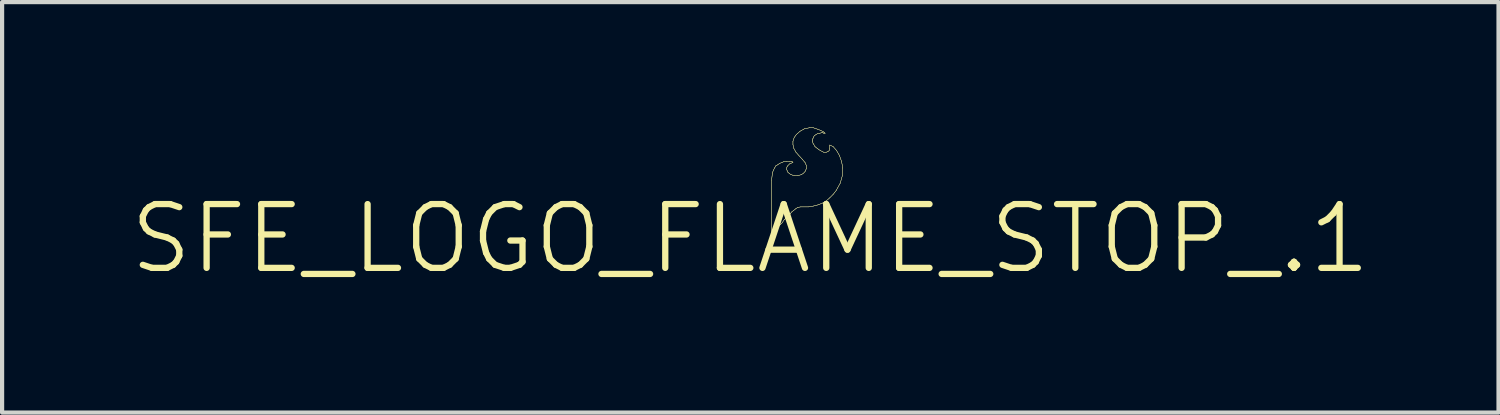
<source format=kicad_pcb>
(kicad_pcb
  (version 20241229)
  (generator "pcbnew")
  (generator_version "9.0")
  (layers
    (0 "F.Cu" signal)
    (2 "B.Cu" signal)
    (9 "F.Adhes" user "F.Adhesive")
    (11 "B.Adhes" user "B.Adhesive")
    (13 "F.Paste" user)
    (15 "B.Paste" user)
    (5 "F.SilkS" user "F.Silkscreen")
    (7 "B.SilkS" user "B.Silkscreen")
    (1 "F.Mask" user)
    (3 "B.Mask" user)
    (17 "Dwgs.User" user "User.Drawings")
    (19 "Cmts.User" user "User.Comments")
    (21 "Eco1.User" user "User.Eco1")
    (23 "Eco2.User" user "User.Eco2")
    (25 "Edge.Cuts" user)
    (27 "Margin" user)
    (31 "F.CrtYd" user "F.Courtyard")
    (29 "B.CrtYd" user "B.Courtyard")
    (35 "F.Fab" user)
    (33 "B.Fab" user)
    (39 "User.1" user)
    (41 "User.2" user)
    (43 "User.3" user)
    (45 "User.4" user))
  (footprint "SFE_LOGO_FLAME_STOP_.1"
    (layer "F.Cu")
    (at 14.877 2.653)
    (property "Reference" "SFE_LOGO_FLAME_STOP_.1" (at 0 0 0) (layer "F.SilkS") (effects (font (size 1.524 1.524) (thickness 0.15))))
    (attr exclude_from_pos_files exclude_from_bom)
    (fp_line (start 0.508 -1.389) (end 0.508 -0.109) (stroke (width 0.008) (type solid)) (layer "F.SilkS"))
    (fp_line (start 0.508 -1.389) (end 0.508 -0.109) (stroke (width 0.008) (type solid)) (layer "F.SilkS"))
    (fp_line (start 0.508 -0.109) (end 0.518 -0.109) (stroke (width 0.008) (type solid)) (layer "F.SilkS"))
    (fp_line (start 0.508 -0.109) (end 0.518 -0.109) (stroke (width 0.008) (type solid)) (layer "F.SilkS"))
    (fp_line (start 0.518 -0.109) (end 0.538 -0.14) (stroke (width 0.008) (type solid)) (layer "F.SilkS"))
    (fp_line (start 0.518 -0.109) (end 0.538 -0.14) (stroke (width 0.008) (type solid)) (layer "F.SilkS"))
    (fp_line (start 0.528 -1.57) (end 0.508 -1.389) (stroke (width 0.008) (type solid)) (layer "F.SilkS"))
    (fp_line (start 0.528 -1.57) (end 0.508 -1.389) (stroke (width 0.008) (type solid)) (layer "F.SilkS"))
    (fp_line (start 0.538 -0.14) (end 0.569 -0.168) (stroke (width 0.008) (type solid)) (layer "F.SilkS"))
    (fp_line (start 0.538 -0.14) (end 0.569 -0.168) (stroke (width 0.008) (type solid)) (layer "F.SilkS"))
    (fp_line (start 0.549 -1.628) (end 0.528 -1.57) (stroke (width 0.008) (type solid)) (layer "F.SilkS"))
    (fp_line (start 0.549 -1.628) (end 0.528 -1.57) (stroke (width 0.008) (type solid)) (layer "F.SilkS"))
    (fp_line (start 0.569 -0.168) (end 0.599 -0.208) (stroke (width 0.008) (type solid)) (layer "F.SilkS"))
    (fp_line (start 0.569 -0.168) (end 0.599 -0.208) (stroke (width 0.008) (type solid)) (layer "F.SilkS"))
    (fp_line (start 0.579 -1.689) (end 0.549 -1.628) (stroke (width 0.008) (type solid)) (layer "F.SilkS"))
    (fp_line (start 0.579 -1.689) (end 0.549 -1.628) (stroke (width 0.008) (type solid)) (layer "F.SilkS"))
    (fp_line (start 0.599 -0.208) (end 0.648 -0.259) (stroke (width 0.008) (type solid)) (layer "F.SilkS"))
    (fp_line (start 0.599 -0.208) (end 0.648 -0.259) (stroke (width 0.008) (type solid)) (layer "F.SilkS"))
    (fp_line (start 0.61 -1.74) (end 0.579 -1.689) (stroke (width 0.008) (type solid)) (layer "F.SilkS"))
    (fp_line (start 0.61 -1.74) (end 0.579 -1.689) (stroke (width 0.008) (type solid)) (layer "F.SilkS"))
    (fp_line (start 0.648 -0.259) (end 0.699 -0.318) (stroke (width 0.008) (type solid)) (layer "F.SilkS"))
    (fp_line (start 0.648 -0.259) (end 0.699 -0.318) (stroke (width 0.008) (type solid)) (layer "F.SilkS"))
    (fp_line (start 0.658 -1.768) (end 0.61 -1.74) (stroke (width 0.008) (type solid)) (layer "F.SilkS"))
    (fp_line (start 0.658 -1.768) (end 0.61 -1.74) (stroke (width 0.008) (type solid)) (layer "F.SilkS"))
    (fp_line (start 0.699 -1.798) (end 0.658 -1.768) (stroke (width 0.008) (type solid)) (layer "F.SilkS"))
    (fp_line (start 0.699 -1.798) (end 0.658 -1.768) (stroke (width 0.008) (type solid)) (layer "F.SilkS"))
    (fp_line (start 0.699 -0.318) (end 0.759 -0.378) (stroke (width 0.008) (type solid)) (layer "F.SilkS"))
    (fp_line (start 0.699 -0.318) (end 0.759 -0.378) (stroke (width 0.008) (type solid)) (layer "F.SilkS"))
    (fp_line (start 0.759 -0.378) (end 0.808 -0.45) (stroke (width 0.008) (type solid)) (layer "F.SilkS"))
    (fp_line (start 0.759 -0.378) (end 0.808 -0.45) (stroke (width 0.008) (type solid)) (layer "F.SilkS"))
    (fp_line (start 0.798 -1.839) (end 0.699 -1.798) (stroke (width 0.008) (type solid)) (layer "F.SilkS"))
    (fp_line (start 0.798 -1.839) (end 0.699 -1.798) (stroke (width 0.008) (type solid)) (layer "F.SilkS"))
    (fp_line (start 0.808 -0.45) (end 0.94 -0.579) (stroke (width 0.008) (type solid)) (layer "F.SilkS"))
    (fp_line (start 0.808 -0.45) (end 0.94 -0.579) (stroke (width 0.008) (type solid)) (layer "F.SilkS"))
    (fp_line (start 0.859 -1.849) (end 0.798 -1.839) (stroke (width 0.008) (type solid)) (layer "F.SilkS"))
    (fp_line (start 0.859 -1.849) (end 0.798 -1.839) (stroke (width 0.008) (type solid)) (layer "F.SilkS"))
    (fp_line (start 0.869 -1.689) (end 0.879 -1.72) (stroke (width 0.008) (type solid)) (layer "F.SilkS"))
    (fp_line (start 0.869 -1.689) (end 0.879 -1.72) (stroke (width 0.008) (type solid)) (layer "F.SilkS"))
    (fp_line (start 0.869 -1.659) (end 0.869 -1.689) (stroke (width 0.008) (type solid)) (layer "F.SilkS"))
    (fp_line (start 0.869 -1.659) (end 0.869 -1.689) (stroke (width 0.008) (type solid)) (layer "F.SilkS"))
    (fp_line (start 0.879 -1.72) (end 0.899 -1.748) (stroke (width 0.008) (type solid)) (layer "F.SilkS"))
    (fp_line (start 0.879 -1.72) (end 0.899 -1.748) (stroke (width 0.008) (type solid)) (layer "F.SilkS"))
    (fp_line (start 0.879 -1.628) (end 0.869 -1.659) (stroke (width 0.008) (type solid)) (layer "F.SilkS"))
    (fp_line (start 0.879 -1.628) (end 0.869 -1.659) (stroke (width 0.008) (type solid)) (layer "F.SilkS"))
    (fp_line (start 0.899 -1.748) (end 0.94 -1.788) (stroke (width 0.008) (type solid)) (layer "F.SilkS"))
    (fp_line (start 0.899 -1.748) (end 0.94 -1.788) (stroke (width 0.008) (type solid)) (layer "F.SilkS"))
    (fp_line (start 0.899 -1.587) (end 0.879 -1.628) (stroke (width 0.008) (type solid)) (layer "F.SilkS"))
    (fp_line (start 0.899 -1.587) (end 0.879 -1.628) (stroke (width 0.008) (type solid)) (layer "F.SilkS"))
    (fp_line (start 0.93 -1.56) (end 0.899 -1.587) (stroke (width 0.008) (type solid)) (layer "F.SilkS"))
    (fp_line (start 0.93 -1.56) (end 0.899 -1.587) (stroke (width 0.008) (type solid)) (layer "F.SilkS"))
    (fp_line (start 0.94 -1.849) (end 0.859 -1.849) (stroke (width 0.008) (type solid)) (layer "F.SilkS"))
    (fp_line (start 0.94 -1.849) (end 0.859 -1.849) (stroke (width 0.008) (type solid)) (layer "F.SilkS"))
    (fp_line (start 0.94 -1.788) (end 0.968 -1.798) (stroke (width 0.008) (type solid)) (layer "F.SilkS"))
    (fp_line (start 0.94 -1.788) (end 0.968 -1.798) (stroke (width 0.008) (type solid)) (layer "F.SilkS"))
    (fp_line (start 0.94 -0.579) (end 0.988 -0.638) (stroke (width 0.008) (type solid)) (layer "F.SilkS"))
    (fp_line (start 0.94 -0.579) (end 0.988 -0.638) (stroke (width 0.008) (type solid)) (layer "F.SilkS"))
    (fp_line (start 0.958 -1.539) (end 0.93 -1.56) (stroke (width 0.008) (type solid)) (layer "F.SilkS"))
    (fp_line (start 0.958 -1.539) (end 0.93 -1.56) (stroke (width 0.008) (type solid)) (layer "F.SilkS"))
    (fp_line (start 0.968 -1.798) (end 1.008 -1.819) (stroke (width 0.008) (type solid)) (layer "F.SilkS"))
    (fp_line (start 0.968 -1.798) (end 1.008 -1.819) (stroke (width 0.008) (type solid)) (layer "F.SilkS"))
    (fp_line (start 0.978 -1.839) (end 0.94 -1.849) (stroke (width 0.008) (type solid)) (layer "F.SilkS"))
    (fp_line (start 0.978 -1.839) (end 0.94 -1.849) (stroke (width 0.008) (type solid)) (layer "F.SilkS"))
    (fp_line (start 0.988 -0.638) (end 1.09 -0.719) (stroke (width 0.008) (type solid)) (layer "F.SilkS"))
    (fp_line (start 0.988 -0.638) (end 1.09 -0.719) (stroke (width 0.008) (type solid)) (layer "F.SilkS"))
    (fp_line (start 0.998 -1.839) (end 0.978 -1.839) (stroke (width 0.008) (type solid)) (layer "F.SilkS"))
    (fp_line (start 0.998 -1.839) (end 0.978 -1.839) (stroke (width 0.008) (type solid)) (layer "F.SilkS"))
    (fp_line (start 1.008 -1.819) (end 1.019 -1.829) (stroke (width 0.008) (type solid)) (layer "F.SilkS"))
    (fp_line (start 1.008 -1.819) (end 1.019 -1.829) (stroke (width 0.008) (type solid)) (layer "F.SilkS"))
    (fp_line (start 1.008 -1.519) (end 0.958 -1.539) (stroke (width 0.008) (type solid)) (layer "F.SilkS"))
    (fp_line (start 1.008 -1.519) (end 0.958 -1.539) (stroke (width 0.008) (type solid)) (layer "F.SilkS"))
    (fp_line (start 1.019 -2.329) (end 1.019 -2.248) (stroke (width 0.008) (type solid)) (layer "F.SilkS"))
    (fp_line (start 1.019 -2.329) (end 1.019 -2.248) (stroke (width 0.008) (type solid)) (layer "F.SilkS"))
    (fp_line (start 1.019 -2.248) (end 1.039 -2.159) (stroke (width 0.008) (type solid)) (layer "F.SilkS"))
    (fp_line (start 1.019 -2.248) (end 1.039 -2.159) (stroke (width 0.008) (type solid)) (layer "F.SilkS"))
    (fp_line (start 1.019 -1.829) (end 0.998 -1.839) (stroke (width 0.008) (type solid)) (layer "F.SilkS"))
    (fp_line (start 1.019 -1.829) (end 0.998 -1.839) (stroke (width 0.008) (type solid)) (layer "F.SilkS"))
    (fp_line (start 1.039 -2.159) (end 1.09 -2.068) (stroke (width 0.008) (type solid)) (layer "F.SilkS"))
    (fp_line (start 1.039 -2.159) (end 1.09 -2.068) (stroke (width 0.008) (type solid)) (layer "F.SilkS"))
    (fp_line (start 1.049 -2.418) (end 1.019 -2.329) (stroke (width 0.008) (type solid)) (layer "F.SilkS"))
    (fp_line (start 1.049 -2.418) (end 1.019 -2.329) (stroke (width 0.008) (type solid)) (layer "F.SilkS"))
    (fp_line (start 1.059 -1.509) (end 1.008 -1.519) (stroke (width 0.008) (type solid)) (layer "F.SilkS"))
    (fp_line (start 1.059 -1.509) (end 1.008 -1.519) (stroke (width 0.008) (type solid)) (layer "F.SilkS"))
    (fp_line (start 1.09 -2.068) (end 1.158 -1.989) (stroke (width 0.008) (type solid)) (layer "F.SilkS"))
    (fp_line (start 1.09 -2.068) (end 1.158 -1.989) (stroke (width 0.008) (type solid)) (layer "F.SilkS"))
    (fp_line (start 1.09 -0.719) (end 1.138 -0.749) (stroke (width 0.008) (type solid)) (layer "F.SilkS"))
    (fp_line (start 1.09 -0.719) (end 1.138 -0.749) (stroke (width 0.008) (type solid)) (layer "F.SilkS"))
    (fp_line (start 1.1 -2.489) (end 1.049 -2.418) (stroke (width 0.008) (type solid)) (layer "F.SilkS"))
    (fp_line (start 1.1 -2.489) (end 1.049 -2.418) (stroke (width 0.008) (type solid)) (layer "F.SilkS"))
    (fp_line (start 1.138 -1.509) (end 1.059 -1.509) (stroke (width 0.008) (type solid)) (layer "F.SilkS"))
    (fp_line (start 1.138 -1.509) (end 1.059 -1.509) (stroke (width 0.008) (type solid)) (layer "F.SilkS"))
    (fp_line (start 1.138 -0.749) (end 1.199 -0.759) (stroke (width 0.008) (type solid)) (layer "F.SilkS"))
    (fp_line (start 1.138 -0.749) (end 1.199 -0.759) (stroke (width 0.008) (type solid)) (layer "F.SilkS"))
    (fp_line (start 1.158 -1.989) (end 1.24 -1.9) (stroke (width 0.008) (type solid)) (layer "F.SilkS"))
    (fp_line (start 1.158 -1.989) (end 1.24 -1.9) (stroke (width 0.008) (type solid)) (layer "F.SilkS"))
    (fp_line (start 1.189 -2.568) (end 1.1 -2.489) (stroke (width 0.008) (type solid)) (layer "F.SilkS"))
    (fp_line (start 1.189 -2.568) (end 1.1 -2.489) (stroke (width 0.008) (type solid)) (layer "F.SilkS"))
    (fp_line (start 1.199 -0.759) (end 1.389 -0.759) (stroke (width 0.008) (type solid)) (layer "F.SilkS"))
    (fp_line (start 1.199 -0.759) (end 1.389 -0.759) (stroke (width 0.008) (type solid)) (layer "F.SilkS"))
    (fp_line (start 1.219 -1.529) (end 1.138 -1.509) (stroke (width 0.008) (type solid)) (layer "F.SilkS"))
    (fp_line (start 1.219 -1.529) (end 1.138 -1.509) (stroke (width 0.008) (type solid)) (layer "F.SilkS"))
    (fp_line (start 1.24 -1.9) (end 1.308 -1.819) (stroke (width 0.008) (type solid)) (layer "F.SilkS"))
    (fp_line (start 1.24 -1.9) (end 1.308 -1.819) (stroke (width 0.008) (type solid)) (layer "F.SilkS"))
    (fp_line (start 1.278 -1.57) (end 1.219 -1.529) (stroke (width 0.008) (type solid)) (layer "F.SilkS"))
    (fp_line (start 1.278 -1.57) (end 1.219 -1.529) (stroke (width 0.008) (type solid)) (layer "F.SilkS"))
    (fp_line (start 1.298 -2.629) (end 1.189 -2.568) (stroke (width 0.008) (type solid)) (layer "F.SilkS"))
    (fp_line (start 1.298 -2.629) (end 1.189 -2.568) (stroke (width 0.008) (type solid)) (layer "F.SilkS"))
    (fp_line (start 1.308 -1.819) (end 1.339 -1.748) (stroke (width 0.008) (type solid)) (layer "F.SilkS"))
    (fp_line (start 1.308 -1.819) (end 1.339 -1.748) (stroke (width 0.008) (type solid)) (layer "F.SilkS"))
    (fp_line (start 1.318 -1.618) (end 1.278 -1.57) (stroke (width 0.008) (type solid)) (layer "F.SilkS"))
    (fp_line (start 1.318 -1.618) (end 1.278 -1.57) (stroke (width 0.008) (type solid)) (layer "F.SilkS"))
    (fp_line (start 1.339 -1.748) (end 1.339 -1.679) (stroke (width 0.008) (type solid)) (layer "F.SilkS"))
    (fp_line (start 1.339 -1.748) (end 1.339 -1.679) (stroke (width 0.008) (type solid)) (layer "F.SilkS"))
    (fp_line (start 1.339 -1.679) (end 1.318 -1.618) (stroke (width 0.008) (type solid)) (layer "F.SilkS"))
    (fp_line (start 1.339 -1.679) (end 1.318 -1.618) (stroke (width 0.008) (type solid)) (layer "F.SilkS"))
    (fp_line (start 1.389 -0.759) (end 1.509 -0.78) (stroke (width 0.008) (type solid)) (layer "F.SilkS"))
    (fp_line (start 1.389 -0.759) (end 1.509 -0.78) (stroke (width 0.008) (type solid)) (layer "F.SilkS"))
    (fp_line (start 1.41 -2.649) (end 1.298 -2.629) (stroke (width 0.008) (type solid)) (layer "F.SilkS"))
    (fp_line (start 1.41 -2.649) (end 1.298 -2.629) (stroke (width 0.008) (type solid)) (layer "F.SilkS"))
    (fp_line (start 1.478 -2.349) (end 1.488 -2.38) (stroke (width 0.008) (type solid)) (layer "F.SilkS"))
    (fp_line (start 1.478 -2.349) (end 1.488 -2.38) (stroke (width 0.008) (type solid)) (layer "F.SilkS"))
    (fp_line (start 1.488 -2.38) (end 1.499 -2.398) (stroke (width 0.008) (type solid)) (layer "F.SilkS"))
    (fp_line (start 1.488 -2.38) (end 1.499 -2.398) (stroke (width 0.008) (type solid)) (layer "F.SilkS"))
    (fp_line (start 1.488 -2.319) (end 1.478 -2.349) (stroke (width 0.008) (type solid)) (layer "F.SilkS"))
    (fp_line (start 1.488 -2.319) (end 1.478 -2.349) (stroke (width 0.008) (type solid)) (layer "F.SilkS"))
    (fp_line (start 1.499 -2.398) (end 1.509 -2.428) (stroke (width 0.008) (type solid)) (layer "F.SilkS"))
    (fp_line (start 1.499 -2.398) (end 1.509 -2.428) (stroke (width 0.008) (type solid)) (layer "F.SilkS"))
    (fp_line (start 1.499 -2.278) (end 1.488 -2.319) (stroke (width 0.008) (type solid)) (layer "F.SilkS"))
    (fp_line (start 1.499 -2.278) (end 1.488 -2.319) (stroke (width 0.008) (type solid)) (layer "F.SilkS"))
    (fp_line (start 1.509 -2.649) (end 1.41 -2.649) (stroke (width 0.008) (type solid)) (layer "F.SilkS"))
    (fp_line (start 1.509 -2.649) (end 1.41 -2.649) (stroke (width 0.008) (type solid)) (layer "F.SilkS"))
    (fp_line (start 1.509 -2.428) (end 1.529 -2.459) (stroke (width 0.008) (type solid)) (layer "F.SilkS"))
    (fp_line (start 1.509 -2.428) (end 1.529 -2.459) (stroke (width 0.008) (type solid)) (layer "F.SilkS"))
    (fp_line (start 1.509 -0.78) (end 1.618 -0.808) (stroke (width 0.008) (type solid)) (layer "F.SilkS"))
    (fp_line (start 1.509 -0.78) (end 1.618 -0.808) (stroke (width 0.008) (type solid)) (layer "F.SilkS"))
    (fp_line (start 1.519 -2.248) (end 1.499 -2.278) (stroke (width 0.008) (type solid)) (layer "F.SilkS"))
    (fp_line (start 1.519 -2.248) (end 1.499 -2.278) (stroke (width 0.008) (type solid)) (layer "F.SilkS"))
    (fp_line (start 1.529 -2.459) (end 1.57 -2.489) (stroke (width 0.008) (type solid)) (layer "F.SilkS"))
    (fp_line (start 1.529 -2.459) (end 1.57 -2.489) (stroke (width 0.008) (type solid)) (layer "F.SilkS"))
    (fp_line (start 1.539 -2.21) (end 1.519 -2.248) (stroke (width 0.008) (type solid)) (layer "F.SilkS"))
    (fp_line (start 1.539 -2.21) (end 1.519 -2.248) (stroke (width 0.008) (type solid)) (layer "F.SilkS"))
    (fp_line (start 1.57 -2.489) (end 1.608 -2.51) (stroke (width 0.008) (type solid)) (layer "F.SilkS"))
    (fp_line (start 1.57 -2.489) (end 1.608 -2.51) (stroke (width 0.008) (type solid)) (layer "F.SilkS"))
    (fp_line (start 1.57 -2.179) (end 1.539 -2.21) (stroke (width 0.008) (type solid)) (layer "F.SilkS"))
    (fp_line (start 1.57 -2.179) (end 1.539 -2.21) (stroke (width 0.008) (type solid)) (layer "F.SilkS"))
    (fp_line (start 1.598 -2.619) (end 1.509 -2.649) (stroke (width 0.008) (type solid)) (layer "F.SilkS"))
    (fp_line (start 1.598 -2.619) (end 1.509 -2.649) (stroke (width 0.008) (type solid)) (layer "F.SilkS"))
    (fp_line (start 1.598 -2.159) (end 1.57 -2.179) (stroke (width 0.008) (type solid)) (layer "F.SilkS"))
    (fp_line (start 1.598 -2.159) (end 1.57 -2.179) (stroke (width 0.008) (type solid)) (layer "F.SilkS"))
    (fp_line (start 1.608 -2.51) (end 1.659 -2.52) (stroke (width 0.008) (type solid)) (layer "F.SilkS"))
    (fp_line (start 1.608 -2.51) (end 1.659 -2.52) (stroke (width 0.008) (type solid)) (layer "F.SilkS"))
    (fp_line (start 1.618 -0.808) (end 1.72 -0.848) (stroke (width 0.008) (type solid)) (layer "F.SilkS"))
    (fp_line (start 1.618 -0.808) (end 1.72 -0.848) (stroke (width 0.008) (type solid)) (layer "F.SilkS"))
    (fp_line (start 1.638 -2.129) (end 1.598 -2.159) (stroke (width 0.008) (type solid)) (layer "F.SilkS"))
    (fp_line (start 1.638 -2.129) (end 1.598 -2.159) (stroke (width 0.008) (type solid)) (layer "F.SilkS"))
    (fp_line (start 1.659 -2.52) (end 1.699 -2.53) (stroke (width 0.008) (type solid)) (layer "F.SilkS"))
    (fp_line (start 1.659 -2.52) (end 1.699 -2.53) (stroke (width 0.008) (type solid)) (layer "F.SilkS"))
    (fp_line (start 1.669 -2.108) (end 1.638 -2.129) (stroke (width 0.008) (type solid)) (layer "F.SilkS"))
    (fp_line (start 1.669 -2.108) (end 1.638 -2.129) (stroke (width 0.008) (type solid)) (layer "F.SilkS"))
    (fp_line (start 1.679 -2.588) (end 1.598 -2.619) (stroke (width 0.008) (type solid)) (layer "F.SilkS"))
    (fp_line (start 1.679 -2.588) (end 1.598 -2.619) (stroke (width 0.008) (type solid)) (layer "F.SilkS"))
    (fp_line (start 1.699 -2.53) (end 1.73 -2.53) (stroke (width 0.008) (type solid)) (layer "F.SilkS"))
    (fp_line (start 1.699 -2.53) (end 1.73 -2.53) (stroke (width 0.008) (type solid)) (layer "F.SilkS"))
    (fp_line (start 1.72 -0.848) (end 1.819 -0.909) (stroke (width 0.008) (type solid)) (layer "F.SilkS"))
    (fp_line (start 1.72 -0.848) (end 1.819 -0.909) (stroke (width 0.008) (type solid)) (layer "F.SilkS"))
    (fp_line (start 1.73 -2.53) (end 1.758 -2.52) (stroke (width 0.008) (type solid)) (layer "F.SilkS"))
    (fp_line (start 1.73 -2.53) (end 1.758 -2.52) (stroke (width 0.008) (type solid)) (layer "F.SilkS"))
    (fp_line (start 1.74 -2.558) (end 1.679 -2.588) (stroke (width 0.008) (type solid)) (layer "F.SilkS"))
    (fp_line (start 1.74 -2.558) (end 1.679 -2.588) (stroke (width 0.008) (type solid)) (layer "F.SilkS"))
    (fp_line (start 1.748 -2.068) (end 1.669 -2.108) (stroke (width 0.008) (type solid)) (layer "F.SilkS"))
    (fp_line (start 1.748 -2.068) (end 1.669 -2.108) (stroke (width 0.008) (type solid)) (layer "F.SilkS"))
    (fp_line (start 1.758 -2.52) (end 1.788 -2.52) (stroke (width 0.008) (type solid)) (layer "F.SilkS"))
    (fp_line (start 1.758 -2.52) (end 1.788 -2.52) (stroke (width 0.008) (type solid)) (layer "F.SilkS"))
    (fp_line (start 1.778 -2.53) (end 1.74 -2.558) (stroke (width 0.008) (type solid)) (layer "F.SilkS"))
    (fp_line (start 1.778 -2.53) (end 1.74 -2.558) (stroke (width 0.008) (type solid)) (layer "F.SilkS"))
    (fp_line (start 1.788 -2.52) (end 1.778 -2.53) (stroke (width 0.008) (type solid)) (layer "F.SilkS"))
    (fp_line (start 1.788 -2.52) (end 1.778 -2.53) (stroke (width 0.008) (type solid)) (layer "F.SilkS"))
    (fp_line (start 1.819 -2.068) (end 1.748 -2.068) (stroke (width 0.008) (type solid)) (layer "F.SilkS"))
    (fp_line (start 1.819 -2.068) (end 1.748 -2.068) (stroke (width 0.008) (type solid)) (layer "F.SilkS"))
    (fp_line (start 1.819 -0.909) (end 1.9 -0.978) (stroke (width 0.008) (type solid)) (layer "F.SilkS"))
    (fp_line (start 1.819 -0.909) (end 1.9 -0.978) (stroke (width 0.008) (type solid)) (layer "F.SilkS"))
    (fp_line (start 1.849 -2.078) (end 1.819 -2.068) (stroke (width 0.008) (type solid)) (layer "F.SilkS"))
    (fp_line (start 1.849 -2.078) (end 1.819 -2.068) (stroke (width 0.008) (type solid)) (layer "F.SilkS"))
    (fp_line (start 1.88 -2.098) (end 1.849 -2.078) (stroke (width 0.008) (type solid)) (layer "F.SilkS"))
    (fp_line (start 1.88 -2.098) (end 1.849 -2.078) (stroke (width 0.008) (type solid)) (layer "F.SilkS"))
    (fp_line (start 1.9 -2.238) (end 1.9 -2.159) (stroke (width 0.008) (type solid)) (layer "F.SilkS"))
    (fp_line (start 1.9 -2.238) (end 1.9 -2.159) (stroke (width 0.008) (type solid)) (layer "F.SilkS"))
    (fp_line (start 1.9 -2.159) (end 1.88 -2.098) (stroke (width 0.008) (type solid)) (layer "F.SilkS"))
    (fp_line (start 1.9 -2.159) (end 1.88 -2.098) (stroke (width 0.008) (type solid)) (layer "F.SilkS"))
    (fp_line (start 1.9 -0.978) (end 1.979 -1.059) (stroke (width 0.008) (type solid)) (layer "F.SilkS"))
    (fp_line (start 1.9 -0.978) (end 1.979 -1.059) (stroke (width 0.008) (type solid)) (layer "F.SilkS"))
    (fp_line (start 1.979 -2.2) (end 1.9 -2.238) (stroke (width 0.008) (type solid)) (layer "F.SilkS"))
    (fp_line (start 1.979 -2.2) (end 1.9 -2.238) (stroke (width 0.008) (type solid)) (layer "F.SilkS"))
    (fp_line (start 1.979 -1.059) (end 2.05 -1.148) (stroke (width 0.008) (type solid)) (layer "F.SilkS"))
    (fp_line (start 1.979 -1.059) (end 2.05 -1.148) (stroke (width 0.008) (type solid)) (layer "F.SilkS"))
    (fp_line (start 2.05 -1.148) (end 2.149 -1.328) (stroke (width 0.008) (type solid)) (layer "F.SilkS"))
    (fp_line (start 2.05 -1.148) (end 2.149 -1.328) (stroke (width 0.008) (type solid)) (layer "F.SilkS"))
    (fp_line (start 2.06 -2.108) (end 1.979 -2.2) (stroke (width 0.008) (type solid)) (layer "F.SilkS"))
    (fp_line (start 2.06 -2.108) (end 1.979 -2.2) (stroke (width 0.008) (type solid)) (layer "F.SilkS"))
    (fp_line (start 2.129 -1.989) (end 2.06 -2.108) (stroke (width 0.008) (type solid)) (layer "F.SilkS"))
    (fp_line (start 2.129 -1.989) (end 2.06 -2.108) (stroke (width 0.008) (type solid)) (layer "F.SilkS"))
    (fp_line (start 2.149 -1.328) (end 2.2 -1.509) (stroke (width 0.008) (type solid)) (layer "F.SilkS"))
    (fp_line (start 2.149 -1.328) (end 2.2 -1.509) (stroke (width 0.008) (type solid)) (layer "F.SilkS"))
    (fp_line (start 2.179 -1.849) (end 2.129 -1.989) (stroke (width 0.008) (type solid)) (layer "F.SilkS"))
    (fp_line (start 2.179 -1.849) (end 2.129 -1.989) (stroke (width 0.008) (type solid)) (layer "F.SilkS"))
    (fp_line (start 2.2 -1.509) (end 2.21 -1.689) (stroke (width 0.008) (type solid)) (layer "F.SilkS"))
    (fp_line (start 2.2 -1.509) (end 2.21 -1.689) (stroke (width 0.008) (type solid)) (layer "F.SilkS"))
    (fp_line (start 2.21 -1.689) (end 2.179 -1.849) (stroke (width 0.008) (type solid)) (layer "F.SilkS"))
    (fp_line (start 2.21 -1.689) (end 2.179 -1.849) (stroke (width 0.008) (type solid)) (layer "F.SilkS")))
  (gr_rect
    (start -3 -3)
    (end 32.754 6.808)
    (stroke (width 0.1) (type default))
    (fill no)
    (layer "Edge.Cuts")))
</source>
